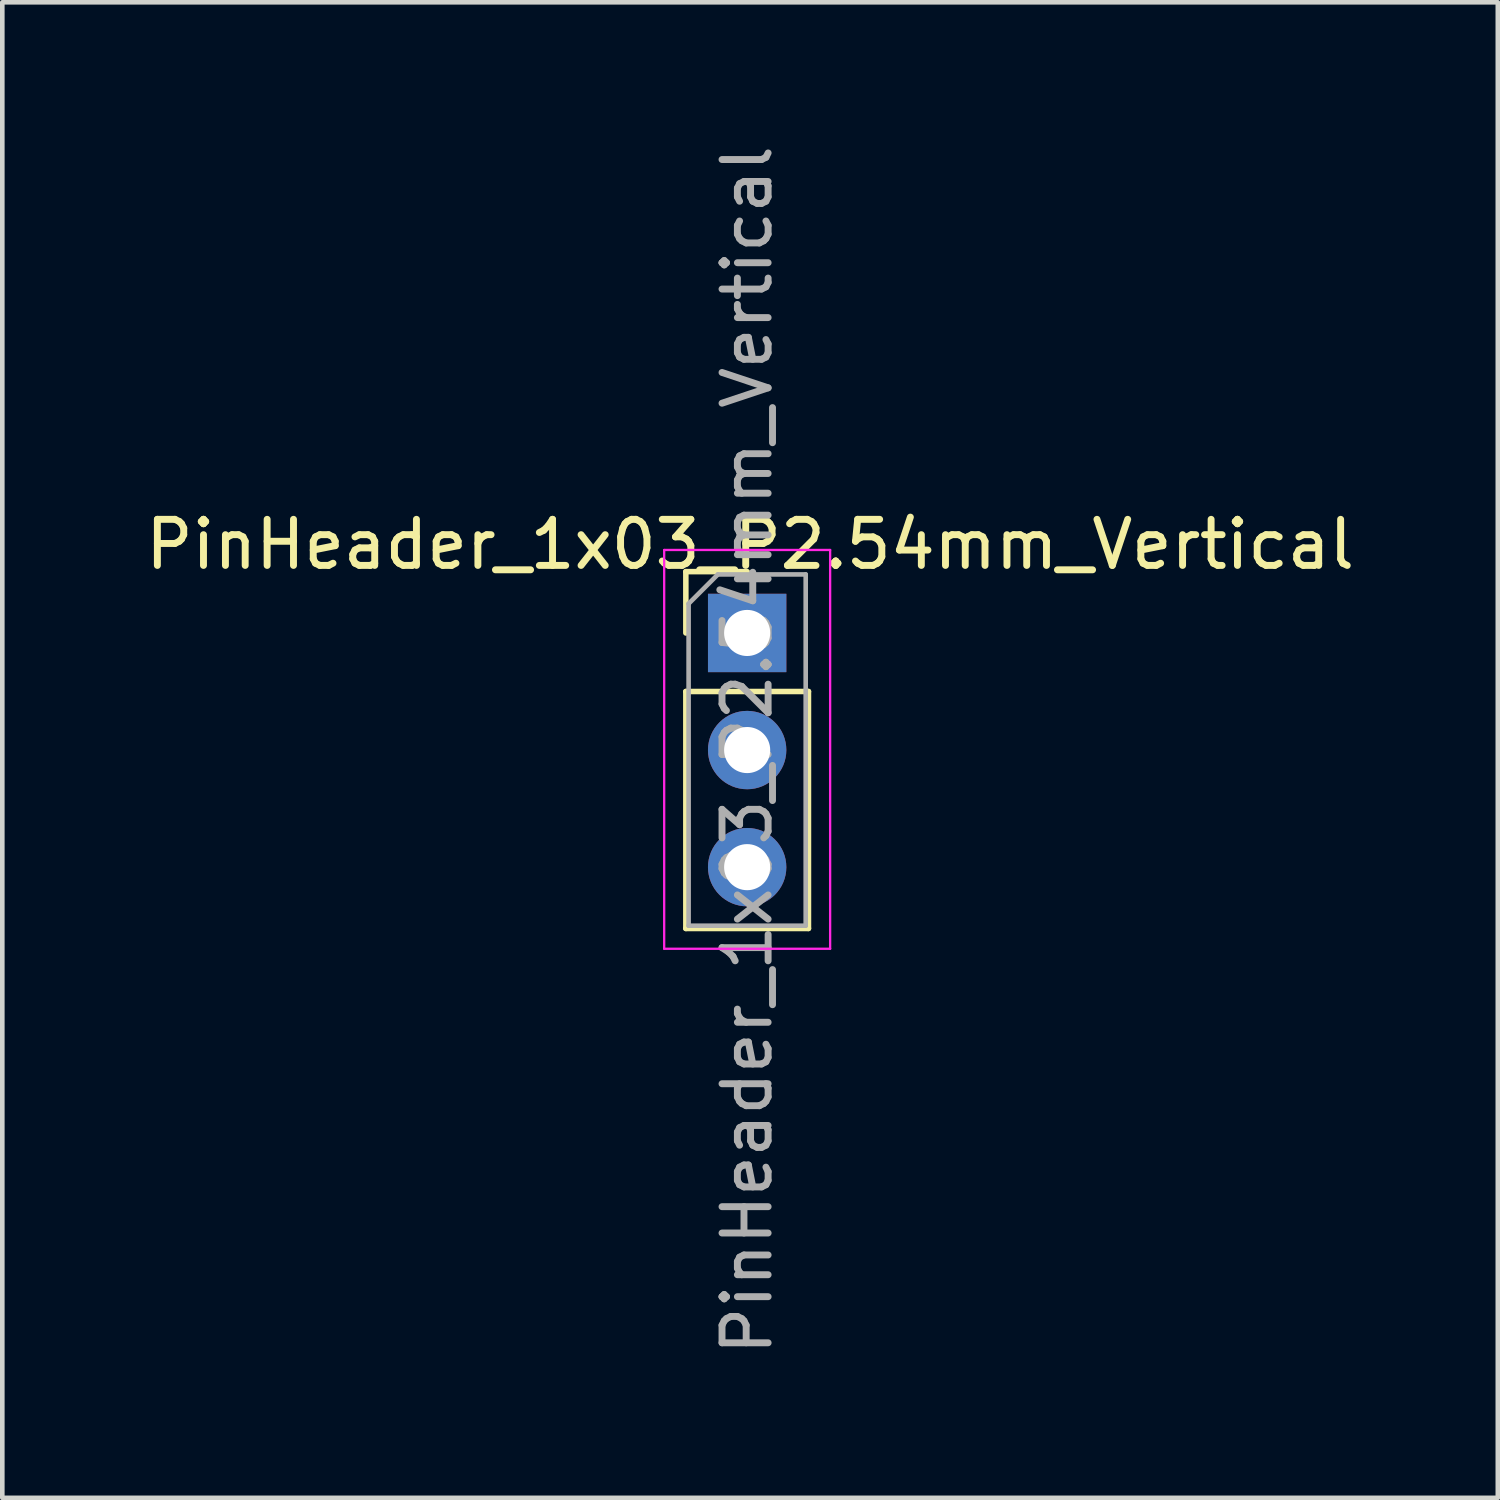
<source format=kicad_pcb>
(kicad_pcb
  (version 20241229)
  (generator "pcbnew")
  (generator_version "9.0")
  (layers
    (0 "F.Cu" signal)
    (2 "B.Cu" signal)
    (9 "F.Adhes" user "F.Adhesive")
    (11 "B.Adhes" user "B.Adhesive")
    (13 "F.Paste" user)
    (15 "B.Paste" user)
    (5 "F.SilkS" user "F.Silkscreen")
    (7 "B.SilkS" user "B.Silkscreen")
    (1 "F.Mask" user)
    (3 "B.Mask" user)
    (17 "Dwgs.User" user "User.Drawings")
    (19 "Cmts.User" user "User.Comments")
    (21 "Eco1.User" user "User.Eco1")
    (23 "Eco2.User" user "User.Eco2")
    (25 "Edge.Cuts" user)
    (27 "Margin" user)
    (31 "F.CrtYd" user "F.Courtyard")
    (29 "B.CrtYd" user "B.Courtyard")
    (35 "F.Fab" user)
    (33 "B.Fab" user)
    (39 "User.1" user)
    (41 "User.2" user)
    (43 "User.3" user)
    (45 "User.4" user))
  (footprint "PinHeader_1x03_P2.54mm_Vertical"
    (layer "F.Cu")
    (at 13.157 10.68)
    (property "Reference" "PinHeader_1x03_P2.54mm_Vertical" (at 0.064 -1.92 0) (layer "F.SilkS") (effects (font (size 1 1) (thickness 0.15))))
    (attr through_hole)
    (fp_line (start -1.33 -1.33) (end 0 -1.33) (stroke (width 0.12) (type solid)) (layer "F.SilkS"))
    (fp_line (start -1.33 0) (end -1.33 -1.33) (stroke (width 0.12) (type solid)) (layer "F.SilkS"))
    (fp_line (start -1.33 1.27) (end -1.33 6.41) (stroke (width 0.12) (type solid)) (layer "F.SilkS"))
    (fp_line (start -1.33 1.27) (end 1.33 1.27) (stroke (width 0.12) (type solid)) (layer "F.SilkS"))
    (fp_line (start -1.33 6.41) (end 1.33 6.41) (stroke (width 0.12) (type solid)) (layer "F.SilkS"))
    (fp_line (start 1.33 1.27) (end 1.33 6.41) (stroke (width 0.12) (type solid)) (layer "F.SilkS"))
    (fp_line (start -1.8 -1.8) (end -1.8 6.85) (stroke (width 0.05) (type solid)) (layer "F.CrtYd"))
    (fp_line (start -1.8 6.85) (end 1.8 6.85) (stroke (width 0.05) (type solid)) (layer "F.CrtYd"))
    (fp_line (start 1.8 -1.8) (end -1.8 -1.8) (stroke (width 0.05) (type solid)) (layer "F.CrtYd"))
    (fp_line (start 1.8 6.85) (end 1.8 -1.8) (stroke (width 0.05) (type solid)) (layer "F.CrtYd"))
    (fp_line (start -1.27 -0.635) (end -0.635 -1.27) (stroke (width 0.1) (type solid)) (layer "F.Fab"))
    (fp_line (start -1.27 6.35) (end -1.27 -0.635) (stroke (width 0.1) (type solid)) (layer "F.Fab"))
    (fp_line (start -0.635 -1.27) (end 1.27 -1.27) (stroke (width 0.1) (type solid)) (layer "F.Fab"))
    (fp_line (start 1.27 -1.27) (end 1.27 6.35) (stroke (width 0.1) (type solid)) (layer "F.Fab"))
    (fp_line (start 1.27 6.35) (end -1.27 6.35) (stroke (width 0.1) (type solid)) (layer "F.Fab"))
    (fp_text user "${REFERENCE}" (at 0 2.54 90) (layer "F.Fab") (effects (font (size 1 1) (thickness 0.15))))
    (pad "1" thru_hole rect (at 0 0) (size 1.7 1.7) (drill 1) (layers "*.Cu" "*.Mask"))
    (pad "2" thru_hole oval (at 0 2.54) (size 1.7 1.7) (drill 1) (layers "*.Cu" "*.Mask"))
    (pad "3" thru_hole oval (at 0 5.08) (size 1.7 1.7) (drill 1) (layers "*.Cu" "*.Mask")))
  (gr_rect
    (start -3 -3)
    (end 29.44 29.44)
    (stroke (width 0.1) (type default))
    (fill no)
    (layer "Edge.Cuts")))
</source>
